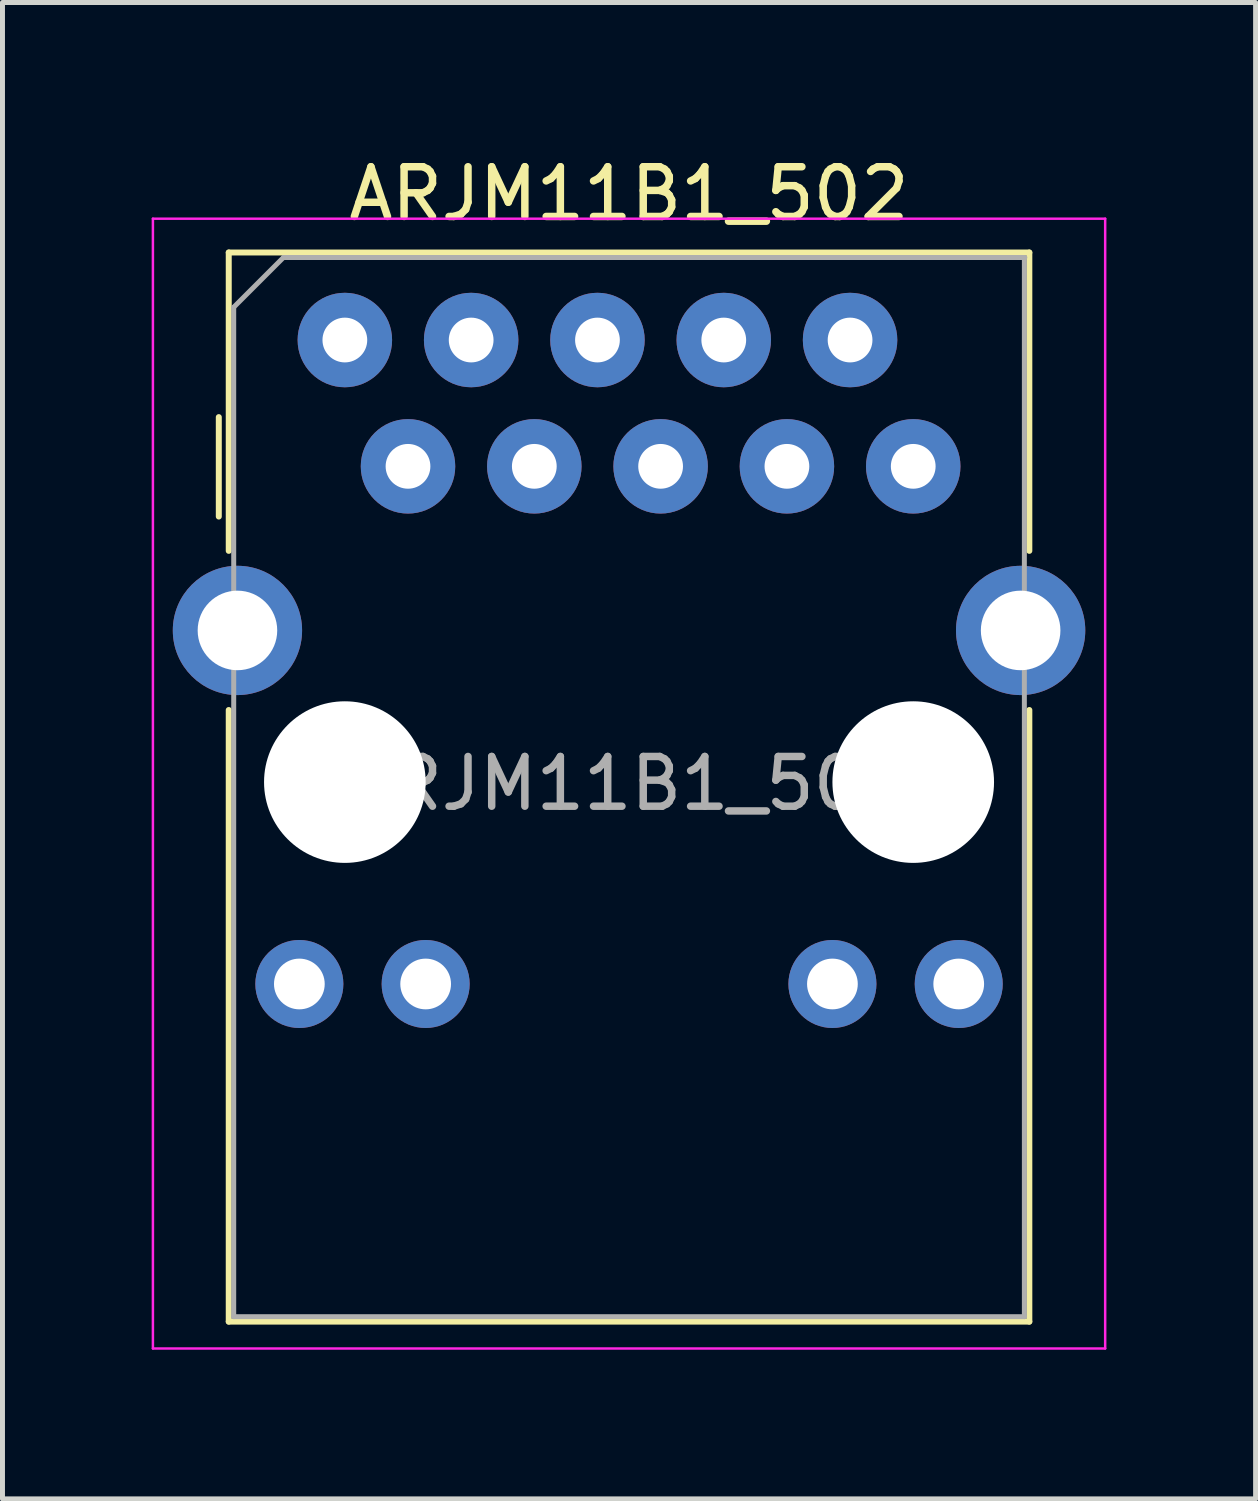
<source format=kicad_pcb>
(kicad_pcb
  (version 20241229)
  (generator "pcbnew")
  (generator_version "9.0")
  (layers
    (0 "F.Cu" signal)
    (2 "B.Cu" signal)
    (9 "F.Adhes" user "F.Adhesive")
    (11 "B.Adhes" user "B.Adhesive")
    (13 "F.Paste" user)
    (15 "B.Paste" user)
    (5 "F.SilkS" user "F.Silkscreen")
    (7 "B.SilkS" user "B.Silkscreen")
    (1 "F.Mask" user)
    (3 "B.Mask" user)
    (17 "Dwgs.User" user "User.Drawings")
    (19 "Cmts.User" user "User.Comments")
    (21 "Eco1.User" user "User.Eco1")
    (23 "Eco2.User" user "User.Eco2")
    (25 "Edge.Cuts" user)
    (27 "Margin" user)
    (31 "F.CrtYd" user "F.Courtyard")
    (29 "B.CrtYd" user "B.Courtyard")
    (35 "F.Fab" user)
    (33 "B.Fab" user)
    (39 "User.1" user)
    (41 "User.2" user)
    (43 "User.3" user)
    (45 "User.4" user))
  (footprint "ARJM11B1_502"
    (layer "F.Cu")
    (at 9.6 12.678)
    (property "Reference" "ARJM11B1_502" (at 0 -11.83 0) (layer "F.SilkS") (effects (font (size 1 1) (thickness 0.15))))
    (attr through_hole)
    (fp_line (start -8.25 -7.34) (end -8.25 -5.34) (stroke (width 0.12) (type solid)) (layer "F.SilkS"))
    (fp_line (start -8.05 -10.65) (end 8.05 -10.65) (stroke (width 0.12) (type solid)) (layer "F.SilkS"))
    (fp_line (start -8.05 -4.65) (end -8.05 -10.65) (stroke (width 0.12) (type solid)) (layer "F.SilkS"))
    (fp_line (start -8.05 10.85) (end -8.05 -1.45) (stroke (width 0.12) (type solid)) (layer "F.SilkS"))
    (fp_line (start 8.05 -10.65) (end 8.05 -4.65) (stroke (width 0.12) (type solid)) (layer "F.SilkS"))
    (fp_line (start 8.05 -1.45) (end 8.05 10.85) (stroke (width 0.12) (type solid)) (layer "F.SilkS"))
    (fp_line (start 8.05 10.85) (end -8.05 10.85) (stroke (width 0.12) (type solid)) (layer "F.SilkS"))
    (fp_line (start -9.575 -11.33) (end -9.575 11.39) (stroke (width 0.05) (type solid)) (layer "F.CrtYd"))
    (fp_line (start -9.575 11.39) (end 9.575 11.39) (stroke (width 0.05) (type solid)) (layer "F.CrtYd"))
    (fp_line (start 9.575 -11.33) (end -9.575 -11.33) (stroke (width 0.05) (type solid)) (layer "F.CrtYd"))
    (fp_line (start 9.575 11.39) (end 9.575 -11.33) (stroke (width 0.05) (type solid)) (layer "F.CrtYd"))
    (fp_line (start -7.95 -9.55) (end -6.95 -10.55) (stroke (width 0.1) (type solid)) (layer "F.Fab"))
    (fp_line (start -7.95 10.75) (end -7.95 -9.55) (stroke (width 0.1) (type solid)) (layer "F.Fab"))
    (fp_line (start -6.95 -10.55) (end 7.96 -10.55) (stroke (width 0.1) (type solid)) (layer "F.Fab"))
    (fp_line (start 7.95 -10.55) (end 7.95 10.75) (stroke (width 0.1) (type solid)) (layer "F.Fab"))
    (fp_line (start 7.95 10.75) (end -7.95 10.75) (stroke (width 0.1) (type solid)) (layer "F.Fab"))
    (fp_text user "${REFERENCE}" (at 0 0.03 0) (layer "F.Fab") (effects (font (size 1 1) (thickness 0.15))))
    (pad "" np_thru_hole circle (at -5.715 0) (size 3.25 3.25) (drill 3.25) (layers "*.Cu" "*.Mask"))
    (pad "" np_thru_hole circle (at 5.715 0) (size 3.25 3.25) (drill 3.25) (layers "*.Cu" "*.Mask"))
    (pad "1" thru_hole circle (at -5.715 -8.89) (size 1.9 1.9) (drill 0.9) (layers "*.Cu" "*.Mask"))
    (pad "2" thru_hole circle (at -4.445 -6.35) (size 1.9 1.9) (drill 0.9) (layers "*.Cu" "*.Mask"))
    (pad "3" thru_hole circle (at -3.175 -8.89) (size 1.9 1.9) (drill 0.9) (layers "*.Cu" "*.Mask"))
    (pad "4" thru_hole circle (at -1.905 -6.35) (size 1.9 1.9) (drill 0.9) (layers "*.Cu" "*.Mask"))
    (pad "5" thru_hole circle (at -0.635 -8.89) (size 1.9 1.9) (drill 0.9) (layers "*.Cu" "*.Mask"))
    (pad "6" thru_hole circle (at 0.635 -6.35) (size 1.9 1.9) (drill 0.9) (layers "*.Cu" "*.Mask"))
    (pad "7" thru_hole circle (at 1.905 -8.89) (size 1.9 1.9) (drill 0.9) (layers "*.Cu" "*.Mask"))
    (pad "8" thru_hole circle (at 3.175 -6.35) (size 1.9 1.9) (drill 0.9) (layers "*.Cu" "*.Mask"))
    (pad "9" thru_hole circle (at 4.445 -8.89) (size 1.9 1.9) (drill 0.9) (layers "*.Cu" "*.Mask"))
    (pad "10" thru_hole circle (at 5.715 -6.35) (size 1.9 1.9) (drill 0.9) (layers "*.Cu" "*.Mask"))
    (pad "L1" thru_hole circle (at 6.63 4.06) (size 1.77 1.77) (drill 1.02) (layers "*.Cu" "*.Mask"))
    (pad "L2" thru_hole circle (at 4.09 4.06) (size 1.77 1.77) (drill 1.02) (layers "*.Cu" "*.Mask"))
    (pad "L3" thru_hole circle (at -4.09 4.06) (size 1.77 1.77) (drill 1.02) (layers "*.Cu" "*.Mask"))
    (pad "L4" thru_hole circle (at -6.63 4.06) (size 1.77 1.77) (drill 1.02) (layers "*.Cu" "*.Mask"))
    (pad "SH" thru_hole circle (at -7.875 -3.05) (size 2.6 2.6) (drill 1.6) (layers "*.Cu" "*.Mask"))
    (pad "SH" thru_hole circle (at 7.875 -3.05) (size 2.6 2.6) (drill 1.6) (layers "*.Cu" "*.Mask")))
  (gr_rect
    (start -3 -3)
    (end 22.2 27.093)
    (stroke (width 0.1) (type default))
    (fill no)
    (layer "Edge.Cuts")))
</source>
